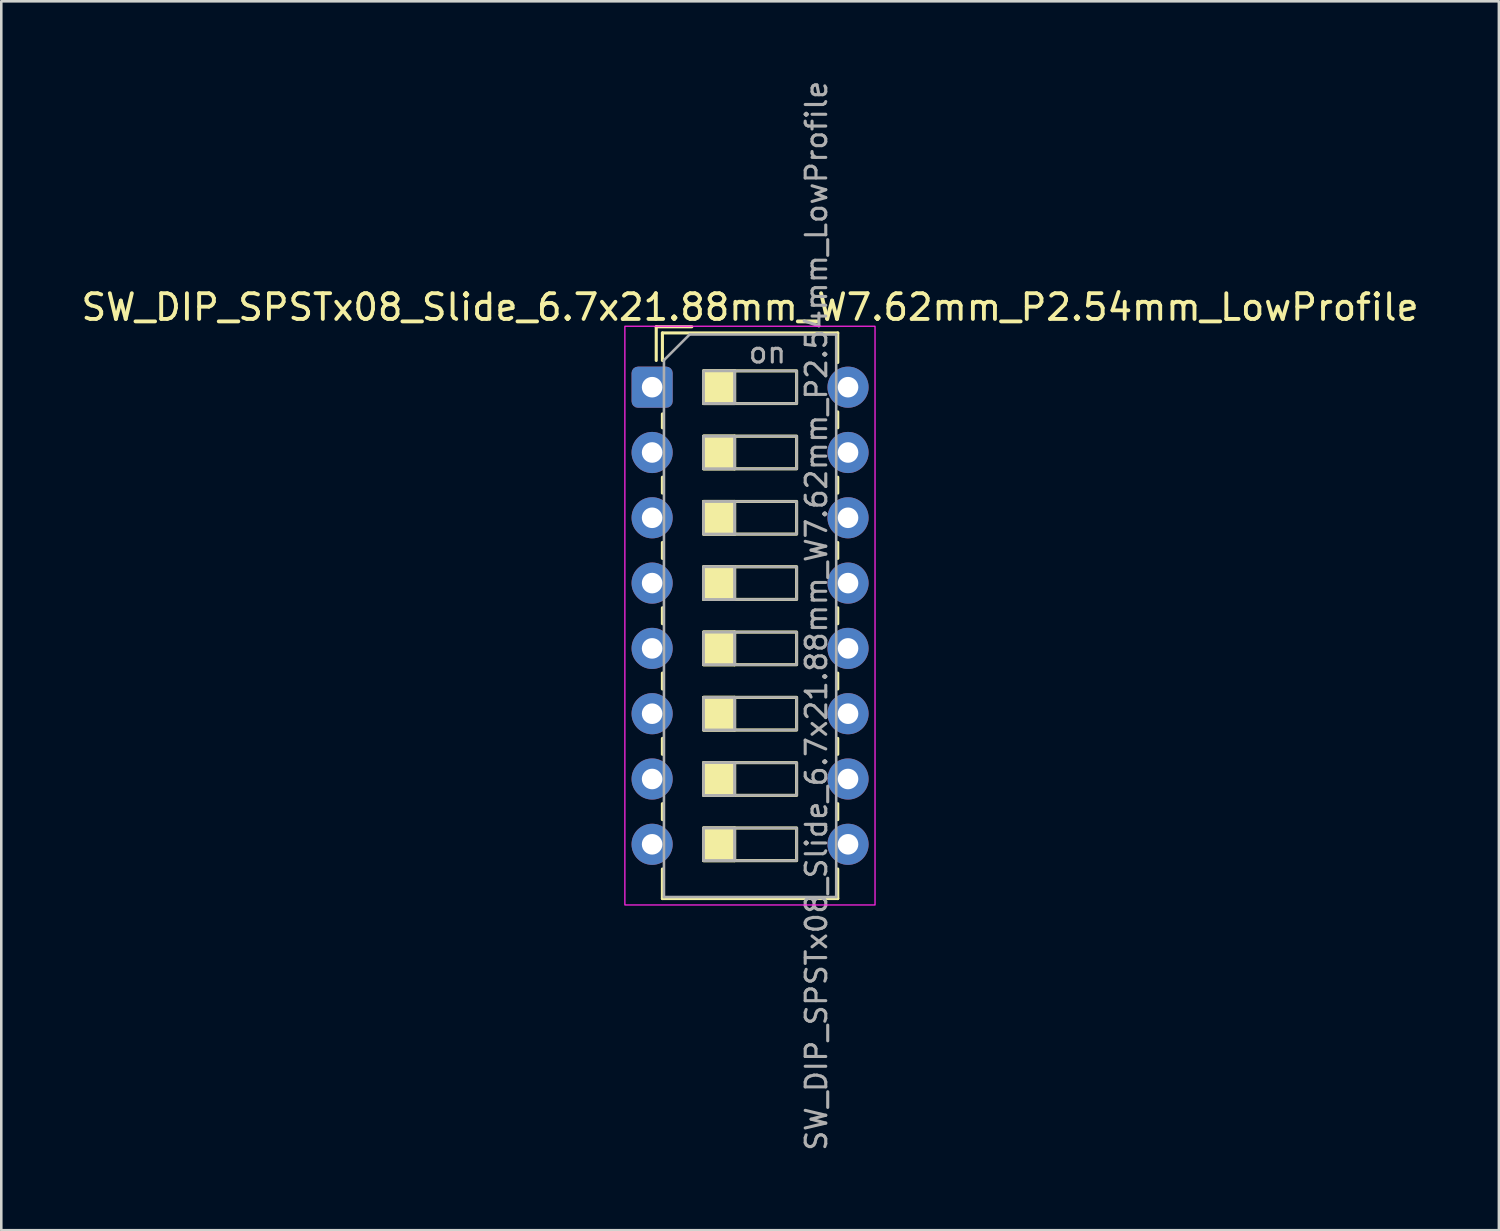
<source format=kicad_pcb>
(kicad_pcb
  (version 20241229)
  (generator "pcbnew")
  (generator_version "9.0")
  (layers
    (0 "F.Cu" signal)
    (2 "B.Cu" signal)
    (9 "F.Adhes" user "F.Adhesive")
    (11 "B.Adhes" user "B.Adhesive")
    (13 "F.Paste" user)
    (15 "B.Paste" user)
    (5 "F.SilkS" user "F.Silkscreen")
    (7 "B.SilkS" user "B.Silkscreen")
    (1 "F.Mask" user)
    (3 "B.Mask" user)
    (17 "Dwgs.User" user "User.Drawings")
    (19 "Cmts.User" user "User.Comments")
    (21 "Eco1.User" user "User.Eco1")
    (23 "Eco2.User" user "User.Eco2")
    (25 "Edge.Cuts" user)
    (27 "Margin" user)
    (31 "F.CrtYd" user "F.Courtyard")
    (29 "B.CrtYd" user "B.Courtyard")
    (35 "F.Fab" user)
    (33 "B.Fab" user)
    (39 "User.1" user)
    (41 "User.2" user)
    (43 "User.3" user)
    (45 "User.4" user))
  (footprint "SW_DIP_SPSTx08_Slide_6.7x21.88mm_W7.62mm_P2.54mm_LowProfile"
    (layer "F.Cu")
    (at 22.315 12.01)
    (property "Reference" "SW_DIP_SPSTx08_Slide_6.7x21.88mm_W7.62mm_P2.54mm_LowProfile" (at 3.81 -3.11 0) (layer "F.SilkS") (effects (font (size 1 1) (thickness 0.15))))
    (attr through_hole)
    (fp_line (start 0.16 -2.35) (end 0.16 -1.04) (stroke (width 0.12) (type solid)) (layer "F.SilkS"))
    (fp_line (start 0.16 -2.35) (end 1.543 -2.35) (stroke (width 0.12) (type solid)) (layer "F.SilkS"))
    (fp_line (start 0.4 -2.11) (end 0.4 -1.04) (stroke (width 0.12) (type solid)) (layer "F.SilkS"))
    (fp_line (start 0.4 -2.11) (end 7.22 -2.11) (stroke (width 0.12) (type solid)) (layer "F.SilkS"))
    (fp_line (start 0.4 1.04) (end 0.4 1.58) (stroke (width 0.12) (type solid)) (layer "F.SilkS"))
    (fp_line (start 0.4 3.5) (end 0.4 4.12) (stroke (width 0.12) (type solid)) (layer "F.SilkS"))
    (fp_line (start 0.4 6.04) (end 0.4 6.66) (stroke (width 0.12) (type solid)) (layer "F.SilkS"))
    (fp_line (start 0.4 8.58) (end 0.4 9.2) (stroke (width 0.12) (type solid)) (layer "F.SilkS"))
    (fp_line (start 0.4 11.12) (end 0.4 11.74) (stroke (width 0.12) (type solid)) (layer "F.SilkS"))
    (fp_line (start 0.4 13.66) (end 0.4 14.28) (stroke (width 0.12) (type solid)) (layer "F.SilkS"))
    (fp_line (start 0.4 16.2) (end 0.4 16.82) (stroke (width 0.12) (type solid)) (layer "F.SilkS"))
    (fp_line (start 0.4 18.74) (end 0.4 19.89) (stroke (width 0.12) (type solid)) (layer "F.SilkS"))
    (fp_line (start 0.4 19.89) (end 7.22 19.89) (stroke (width 0.12) (type solid)) (layer "F.SilkS"))
    (fp_line (start 3.207 -0.635) (end 3.207 0.635) (stroke (width 0.12) (type solid)) (layer "F.SilkS"))
    (fp_line (start 3.207 1.905) (end 3.207 3.175) (stroke (width 0.12) (type solid)) (layer "F.SilkS"))
    (fp_line (start 3.207 4.445) (end 3.207 5.715) (stroke (width 0.12) (type solid)) (layer "F.SilkS"))
    (fp_line (start 3.207 6.985) (end 3.207 8.255) (stroke (width 0.12) (type solid)) (layer "F.SilkS"))
    (fp_line (start 3.207 9.525) (end 3.207 10.795) (stroke (width 0.12) (type solid)) (layer "F.SilkS"))
    (fp_line (start 3.207 12.065) (end 3.207 13.335) (stroke (width 0.12) (type solid)) (layer "F.SilkS"))
    (fp_line (start 3.207 14.605) (end 3.207 15.875) (stroke (width 0.12) (type solid)) (layer "F.SilkS"))
    (fp_line (start 3.207 17.145) (end 3.207 18.415) (stroke (width 0.12) (type solid)) (layer "F.SilkS"))
    (fp_line (start 7.22 -2.11) (end 7.22 -0.96) (stroke (width 0.12) (type solid)) (layer "F.SilkS"))
    (fp_line (start 7.22 0.96) (end 7.22 1.58) (stroke (width 0.12) (type solid)) (layer "F.SilkS"))
    (fp_line (start 7.22 3.5) (end 7.22 4.12) (stroke (width 0.12) (type solid)) (layer "F.SilkS"))
    (fp_line (start 7.22 6.04) (end 7.22 6.66) (stroke (width 0.12) (type solid)) (layer "F.SilkS"))
    (fp_line (start 7.22 8.58) (end 7.22 9.2) (stroke (width 0.12) (type solid)) (layer "F.SilkS"))
    (fp_line (start 7.22 11.12) (end 7.22 11.74) (stroke (width 0.12) (type solid)) (layer "F.SilkS"))
    (fp_line (start 7.22 13.66) (end 7.22 14.28) (stroke (width 0.12) (type solid)) (layer "F.SilkS"))
    (fp_line (start 7.22 16.2) (end 7.22 16.82) (stroke (width 0.12) (type solid)) (layer "F.SilkS"))
    (fp_line (start 7.22 18.74) (end 7.22 19.89) (stroke (width 0.12) (type solid)) (layer "F.SilkS"))
    (fp_rect (start 2 -0.635) (end 3.207 0.635) (stroke (width 0.12) (type solid)) (fill yes) (layer "F.SilkS"))
    (fp_rect (start 2 -0.635) (end 5.62 0.635) (stroke (width 0.12) (type solid)) (fill no) (layer "F.SilkS"))
    (fp_rect (start 2 1.905) (end 3.207 3.175) (stroke (width 0.12) (type solid)) (fill yes) (layer "F.SilkS"))
    (fp_rect (start 2 1.905) (end 5.62 3.175) (stroke (width 0.12) (type solid)) (fill no) (layer "F.SilkS"))
    (fp_rect (start 2 4.445) (end 3.207 5.715) (stroke (width 0.12) (type solid)) (fill yes) (layer "F.SilkS"))
    (fp_rect (start 2 4.445) (end 5.62 5.715) (stroke (width 0.12) (type solid)) (fill no) (layer "F.SilkS"))
    (fp_rect (start 2 6.985) (end 3.207 8.255) (stroke (width 0.12) (type solid)) (fill yes) (layer "F.SilkS"))
    (fp_rect (start 2 6.985) (end 5.62 8.255) (stroke (width 0.12) (type solid)) (fill no) (layer "F.SilkS"))
    (fp_rect (start 2 9.525) (end 3.207 10.795) (stroke (width 0.12) (type solid)) (fill yes) (layer "F.SilkS"))
    (fp_rect (start 2 9.525) (end 5.62 10.795) (stroke (width 0.12) (type solid)) (fill no) (layer "F.SilkS"))
    (fp_rect (start 2 12.065) (end 3.207 13.335) (stroke (width 0.12) (type solid)) (fill yes) (layer "F.SilkS"))
    (fp_rect (start 2 12.065) (end 5.62 13.335) (stroke (width 0.12) (type solid)) (fill no) (layer "F.SilkS"))
    (fp_rect (start 2 14.605) (end 3.207 15.875) (stroke (width 0.12) (type solid)) (fill yes) (layer "F.SilkS"))
    (fp_rect (start 2 14.605) (end 5.62 15.875) (stroke (width 0.12) (type solid)) (fill no) (layer "F.SilkS"))
    (fp_rect (start 2 17.145) (end 3.207 18.415) (stroke (width 0.12) (type solid)) (fill yes) (layer "F.SilkS"))
    (fp_rect (start 2 17.145) (end 5.62 18.415) (stroke (width 0.12) (type solid)) (fill no) (layer "F.SilkS"))
    (fp_rect (start -1.06 -2.37) (end 8.67 20.14) (stroke (width 0.05) (type solid)) (fill no) (layer "F.CrtYd"))
    (fp_line (start 0.46 -1.05) (end 1.46 -2.05) (stroke (width 0.1) (type solid)) (layer "F.Fab"))
    (fp_line (start 0.46 19.83) (end 0.46 -1.05) (stroke (width 0.1) (type solid)) (layer "F.Fab"))
    (fp_line (start 1.46 -2.05) (end 7.16 -2.05) (stroke (width 0.1) (type solid)) (layer "F.Fab"))
    (fp_line (start 3.207 -0.635) (end 3.207 0.635) (stroke (width 0.1) (type solid)) (layer "F.Fab"))
    (fp_line (start 3.207 1.905) (end 3.207 3.175) (stroke (width 0.1) (type solid)) (layer "F.Fab"))
    (fp_line (start 3.207 4.445) (end 3.207 5.715) (stroke (width 0.1) (type solid)) (layer "F.Fab"))
    (fp_line (start 3.207 6.985) (end 3.207 8.255) (stroke (width 0.1) (type solid)) (layer "F.Fab"))
    (fp_line (start 3.207 9.525) (end 3.207 10.795) (stroke (width 0.1) (type solid)) (layer "F.Fab"))
    (fp_line (start 3.207 12.065) (end 3.207 13.335) (stroke (width 0.1) (type solid)) (layer "F.Fab"))
    (fp_line (start 3.207 14.605) (end 3.207 15.875) (stroke (width 0.1) (type solid)) (layer "F.Fab"))
    (fp_line (start 3.207 17.145) (end 3.207 18.415) (stroke (width 0.1) (type solid)) (layer "F.Fab"))
    (fp_line (start 7.16 -2.05) (end 7.16 19.83) (stroke (width 0.1) (type solid)) (layer "F.Fab"))
    (fp_line (start 7.16 19.83) (end 0.46 19.83) (stroke (width 0.1) (type solid)) (layer "F.Fab"))
    (fp_rect (start 2 -0.635) (end 3.207 0.635) (stroke (width 0.1) (type solid)) (fill no) (layer "F.Fab"))
    (fp_rect (start 2 -0.635) (end 5.62 0.635) (stroke (width 0.1) (type solid)) (fill no) (layer "F.Fab"))
    (fp_rect (start 2 1.905) (end 3.207 3.175) (stroke (width 0.1) (type solid)) (fill no) (layer "F.Fab"))
    (fp_rect (start 2 1.905) (end 5.62 3.175) (stroke (width 0.1) (type solid)) (fill no) (layer "F.Fab"))
    (fp_rect (start 2 4.445) (end 3.207 5.715) (stroke (width 0.1) (type solid)) (fill no) (layer "F.Fab"))
    (fp_rect (start 2 4.445) (end 5.62 5.715) (stroke (width 0.1) (type solid)) (fill no) (layer "F.Fab"))
    (fp_rect (start 2 6.985) (end 3.207 8.255) (stroke (width 0.1) (type solid)) (fill no) (layer "F.Fab"))
    (fp_rect (start 2 6.985) (end 5.62 8.255) (stroke (width 0.1) (type solid)) (fill no) (layer "F.Fab"))
    (fp_rect (start 2 9.525) (end 3.207 10.795) (stroke (width 0.1) (type solid)) (fill no) (layer "F.Fab"))
    (fp_rect (start 2 9.525) (end 5.62 10.795) (stroke (width 0.1) (type solid)) (fill no) (layer "F.Fab"))
    (fp_rect (start 2 12.065) (end 3.207 13.335) (stroke (width 0.1) (type solid)) (fill no) (layer "F.Fab"))
    (fp_rect (start 2 12.065) (end 5.62 13.335) (stroke (width 0.1) (type solid)) (fill no) (layer "F.Fab"))
    (fp_rect (start 2 14.605) (end 3.207 15.875) (stroke (width 0.1) (type solid)) (fill no) (layer "F.Fab"))
    (fp_rect (start 2 14.605) (end 5.62 15.875) (stroke (width 0.1) (type solid)) (fill no) (layer "F.Fab"))
    (fp_rect (start 2 17.145) (end 3.207 18.415) (stroke (width 0.1) (type solid)) (fill no) (layer "F.Fab"))
    (fp_rect (start 2 17.145) (end 5.62 18.415) (stroke (width 0.1) (type solid)) (fill no) (layer "F.Fab"))
    (fp_text user "${REFERENCE}" (at 6.39 8.89 90) (layer "F.Fab") (effects (font (size 0.8 0.8) (thickness 0.12))))
    (fp_text user "on" (at 4.485 -1.343 0) (layer "F.Fab") (effects (font (size 0.8 0.8) (thickness 0.12))))
    (pad "1" thru_hole roundrect (at 0 0) (size 1.6 1.6) (drill 0.8) (layers "*.Cu" "*.Mask") (roundrect_rratio 0.156))
    (pad "2" thru_hole circle (at 0 2.54) (size 1.6 1.6) (drill 0.8) (layers "*.Cu" "*.Mask"))
    (pad "3" thru_hole circle (at 0 5.08) (size 1.6 1.6) (drill 0.8) (layers "*.Cu" "*.Mask"))
    (pad "4" thru_hole circle (at 0 7.62) (size 1.6 1.6) (drill 0.8) (layers "*.Cu" "*.Mask"))
    (pad "5" thru_hole circle (at 0 10.16) (size 1.6 1.6) (drill 0.8) (layers "*.Cu" "*.Mask"))
    (pad "6" thru_hole circle (at 0 12.7) (size 1.6 1.6) (drill 0.8) (layers "*.Cu" "*.Mask"))
    (pad "7" thru_hole circle (at 0 15.24) (size 1.6 1.6) (drill 0.8) (layers "*.Cu" "*.Mask"))
    (pad "8" thru_hole circle (at 0 17.78) (size 1.6 1.6) (drill 0.8) (layers "*.Cu" "*.Mask"))
    (pad "9" thru_hole circle (at 7.62 17.78) (size 1.6 1.6) (drill 0.8) (layers "*.Cu" "*.Mask"))
    (pad "10" thru_hole circle (at 7.62 15.24) (size 1.6 1.6) (drill 0.8) (layers "*.Cu" "*.Mask"))
    (pad "11" thru_hole circle (at 7.62 12.7) (size 1.6 1.6) (drill 0.8) (layers "*.Cu" "*.Mask"))
    (pad "12" thru_hole circle (at 7.62 10.16) (size 1.6 1.6) (drill 0.8) (layers "*.Cu" "*.Mask"))
    (pad "13" thru_hole circle (at 7.62 7.62) (size 1.6 1.6) (drill 0.8) (layers "*.Cu" "*.Mask"))
    (pad "14" thru_hole circle (at 7.62 5.08) (size 1.6 1.6) (drill 0.8) (layers "*.Cu" "*.Mask"))
    (pad "15" thru_hole circle (at 7.62 2.54) (size 1.6 1.6) (drill 0.8) (layers "*.Cu" "*.Mask"))
    (pad "16" thru_hole circle (at 7.62 0) (size 1.6 1.6) (drill 0.8) (layers "*.Cu" "*.Mask")))
  (gr_rect
    (start -3 -3)
    (end 55.25 44.8)
    (stroke (width 0.1) (type default))
    (fill no)
    (layer "Edge.Cuts")))
</source>
